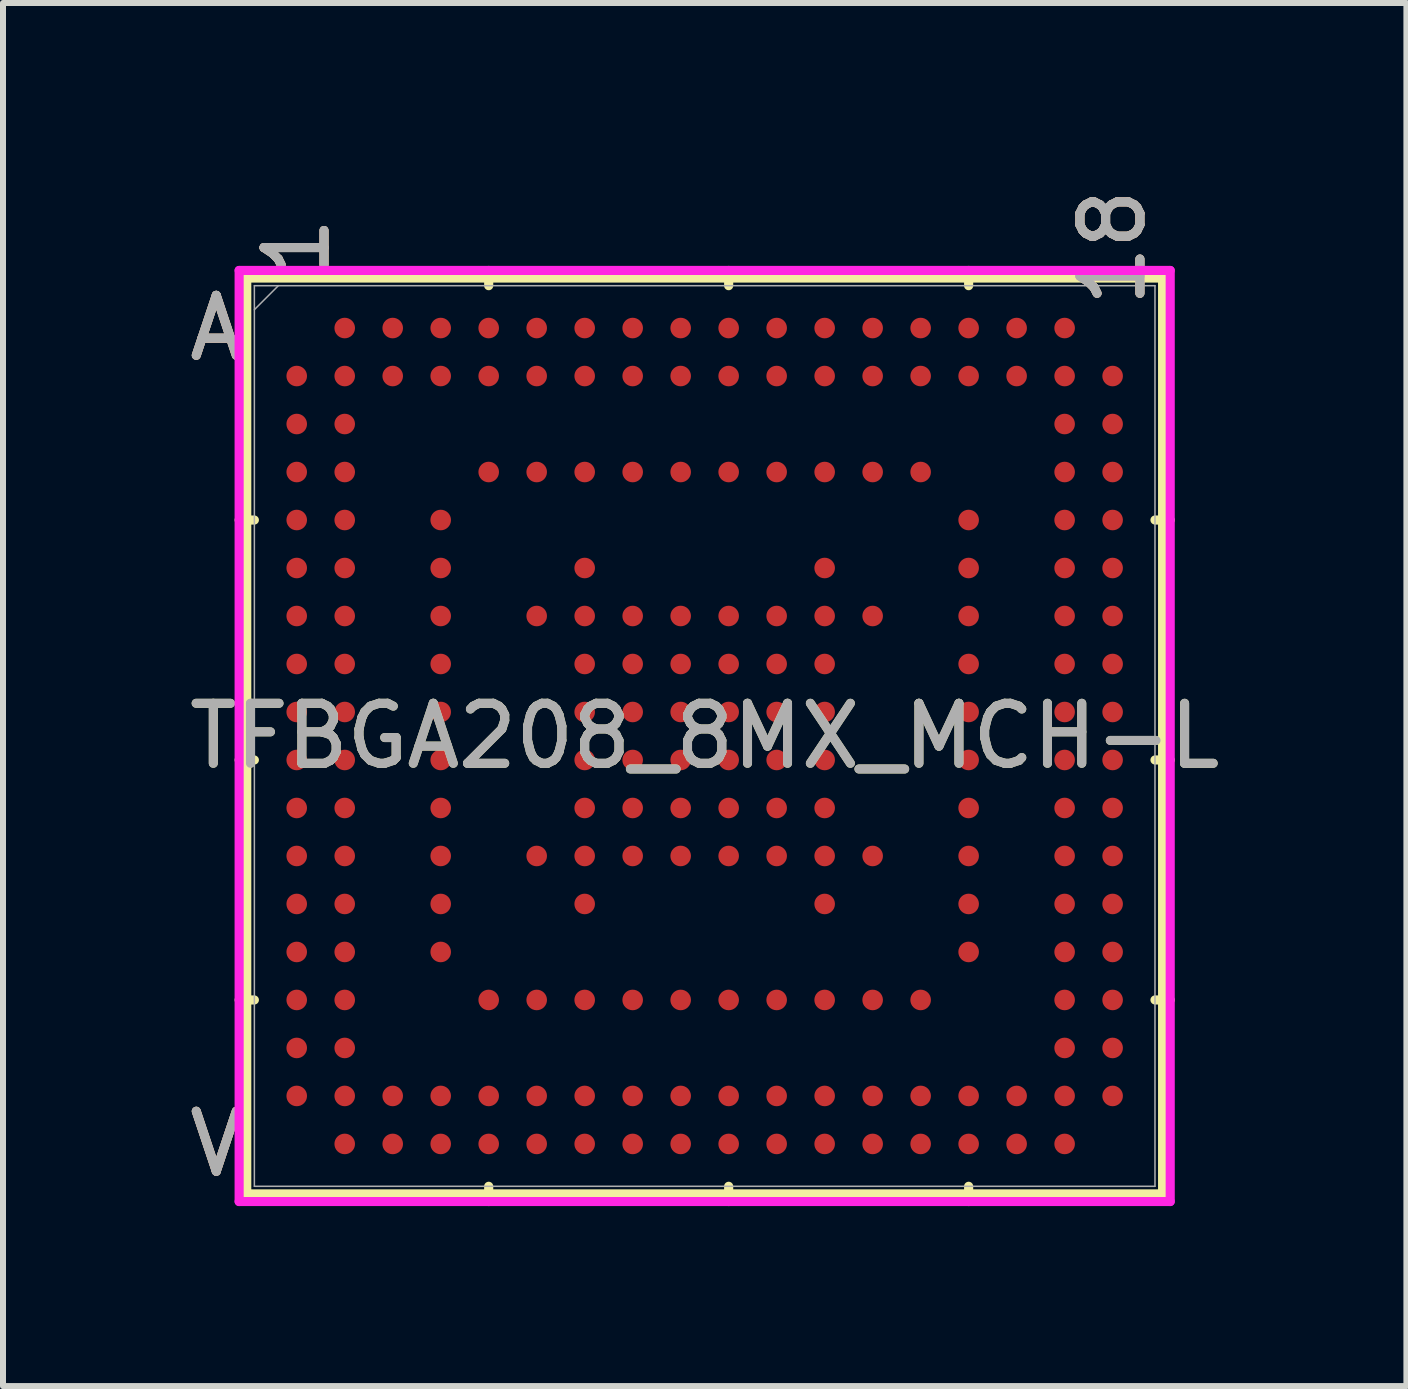
<source format=kicad_pcb>
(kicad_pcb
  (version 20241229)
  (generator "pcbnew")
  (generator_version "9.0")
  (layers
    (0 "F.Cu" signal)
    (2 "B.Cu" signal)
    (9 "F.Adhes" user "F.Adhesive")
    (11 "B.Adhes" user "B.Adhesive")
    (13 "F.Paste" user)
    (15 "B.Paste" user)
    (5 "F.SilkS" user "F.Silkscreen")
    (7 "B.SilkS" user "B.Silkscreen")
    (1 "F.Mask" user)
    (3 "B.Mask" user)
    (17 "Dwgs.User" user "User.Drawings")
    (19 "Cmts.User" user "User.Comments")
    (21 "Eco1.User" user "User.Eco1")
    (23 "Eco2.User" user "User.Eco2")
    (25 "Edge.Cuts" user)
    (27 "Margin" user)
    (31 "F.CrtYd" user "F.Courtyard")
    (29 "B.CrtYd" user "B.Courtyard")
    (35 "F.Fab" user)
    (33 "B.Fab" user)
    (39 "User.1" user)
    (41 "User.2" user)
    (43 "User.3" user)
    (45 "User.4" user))
  (footprint "TFBGA208_8MX_MCH-L"
    (layer "F.Cu")
    (at 8.696 9.218)
    (property "Reference" "TFBGA208_8MX_MCH-L" (at 0 0 0) (unlocked yes) (layer "F.SilkS") (effects (font (size 1 1) (thickness 0.15))))
    (attr smd)
    (fp_line (start -7.633 -7.633) (end -7.633 7.633) (stroke (width 0.152) (type solid)) (layer "F.SilkS"))
    (fp_line (start -7.633 7.633) (end 7.633 7.633) (stroke (width 0.152) (type solid)) (layer "F.SilkS"))
    (fp_line (start -7.506 -3.6) (end -7.76 -3.6) (stroke (width 0.152) (type solid)) (layer "F.SilkS"))
    (fp_line (start -7.506 0.4) (end -7.76 0.4) (stroke (width 0.152) (type solid)) (layer "F.SilkS"))
    (fp_line (start -7.506 4.4) (end -7.76 4.4) (stroke (width 0.152) (type solid)) (layer "F.SilkS"))
    (fp_line (start -3.6 -7.506) (end -3.6 -7.76) (stroke (width 0.152) (type solid)) (layer "F.SilkS"))
    (fp_line (start -3.6 7.506) (end -3.6 7.76) (stroke (width 0.152) (type solid)) (layer "F.SilkS"))
    (fp_line (start 0.4 -7.506) (end 0.4 -7.76) (stroke (width 0.152) (type solid)) (layer "F.SilkS"))
    (fp_line (start 0.4 7.506) (end 0.4 7.76) (stroke (width 0.152) (type solid)) (layer "F.SilkS"))
    (fp_line (start 4.4 -7.506) (end 4.4 -7.76) (stroke (width 0.152) (type solid)) (layer "F.SilkS"))
    (fp_line (start 4.4 7.506) (end 4.4 7.76) (stroke (width 0.152) (type solid)) (layer "F.SilkS"))
    (fp_line (start 7.506 -3.6) (end 7.76 -3.6) (stroke (width 0.152) (type solid)) (layer "F.SilkS"))
    (fp_line (start 7.506 0.4) (end 7.76 0.4) (stroke (width 0.152) (type solid)) (layer "F.SilkS"))
    (fp_line (start 7.506 4.4) (end 7.76 4.4) (stroke (width 0.152) (type solid)) (layer "F.SilkS"))
    (fp_line (start 7.633 -7.633) (end -7.633 -7.633) (stroke (width 0.152) (type solid)) (layer "F.SilkS"))
    (fp_line (start 7.633 7.633) (end 7.633 -7.633) (stroke (width 0.152) (type solid)) (layer "F.SilkS"))
    (fp_poly (pts (xy -7.644 -7.644) (xy 7.644 -7.644) (xy 7.644 7.644) (xy -7.644 7.644)) (stroke (width 0.1) (type solid)) (fill no) (layer "Eco2.User"))
    (fp_line (start -7.76 -7.76) (end 7.76 -7.76) (stroke (width 0.152) (type solid)) (layer "F.CrtYd"))
    (fp_line (start -7.76 7.76) (end -7.76 -7.76) (stroke (width 0.152) (type solid)) (layer "F.CrtYd"))
    (fp_line (start 7.76 -7.76) (end 7.76 7.76) (stroke (width 0.152) (type solid)) (layer "F.CrtYd"))
    (fp_line (start 7.76 7.76) (end -7.76 7.76) (stroke (width 0.152) (type solid)) (layer "F.CrtYd"))
    (fp_line (start -7.506 -7.506) (end -7.506 7.506) (stroke (width 0.025) (type solid)) (layer "F.Fab"))
    (fp_line (start -7.506 7.506) (end 7.506 7.506) (stroke (width 0.025) (type solid)) (layer "F.Fab"))
    (fp_line (start -7.106 -7.506) (end -7.506 -7.106) (stroke (width 0.025) (type solid)) (layer "F.Fab"))
    (fp_line (start 7.506 -7.506) (end -7.506 -7.506) (stroke (width 0.025) (type solid)) (layer "F.Fab"))
    (fp_line (start 7.506 7.506) (end 7.506 -7.506) (stroke (width 0.025) (type solid)) (layer "F.Fab"))
    (fp_text user "18" (at 6.8 -8.141 90) (unlocked yes) (layer "F.SilkS") (effects (font (size 1 1) (thickness 0.15))))
    (fp_text user "V" (at -8.141 6.8 0) (unlocked yes) (layer "F.SilkS") (effects (font (size 1 1) (thickness 0.15))))
    (fp_text user "1" (at -6.8 -8.141 90) (unlocked yes) (layer "F.SilkS") (effects (font (size 1 1) (thickness 0.15))))
    (fp_text user "A" (at -8.141 -6.8 0) (unlocked yes) (layer "F.SilkS") (effects (font (size 1 1) (thickness 0.15))))
    (fp_text user "1" (at -6.8 -8.141 90) (unlocked yes) (layer "B.SilkS") (effects (font (size 1 1) (thickness 0.15))))
    (fp_text user "18" (at 6.8 -8.141 90) (unlocked yes) (layer "B.SilkS") (effects (font (size 1 1) (thickness 0.15))))
    (fp_text user "A" (at -8.141 -6.8 0) (unlocked yes) (layer "B.SilkS") (effects (font (size 1 1) (thickness 0.15))))
    (fp_text user "V" (at -8.141 6.8 0) (unlocked yes) (layer "B.SilkS") (effects (font (size 1 1) (thickness 0.15))))
    (fp_text user "1" (at -6.8 -8.141 90) (unlocked yes) (layer "F.Fab") (effects (font (size 1 1) (thickness 0.15))))
    (fp_text user "18" (at 6.8 -8.141 90) (unlocked yes) (layer "F.Fab") (effects (font (size 1 1) (thickness 0.15))))
    (fp_text user "A" (at -8.141 -6.8 0) (unlocked yes) (layer "F.Fab") (effects (font (size 1 1) (thickness 0.15))))
    (fp_text user "V" (at -8.141 6.8 0) (unlocked yes) (layer "F.Fab") (effects (font (size 1 1) (thickness 0.15))))
    (fp_text user "${REFERENCE}" (at 0 0 0) (unlocked yes) (layer "F.Fab") (effects (font (size 1 1) (thickness 0.15))))
    (pad "A2" smd circle (at -6 -6.8) (size 0.343 0.343) (layers "F.Cu" "F.Mask" "F.Paste"))
    (pad "A3" smd circle (at -5.2 -6.8) (size 0.343 0.343) (layers "F.Cu" "F.Mask" "F.Paste"))
    (pad "A4" smd circle (at -4.4 -6.8) (size 0.343 0.343) (layers "F.Cu" "F.Mask" "F.Paste"))
    (pad "A5" smd circle (at -3.6 -6.8) (size 0.343 0.343) (layers "F.Cu" "F.Mask" "F.Paste"))
    (pad "A6" smd circle (at -2.8 -6.8) (size 0.343 0.343) (layers "F.Cu" "F.Mask" "F.Paste"))
    (pad "A7" smd circle (at -2 -6.8) (size 0.343 0.343) (layers "F.Cu" "F.Mask" "F.Paste"))
    (pad "A8" smd circle (at -1.2 -6.8) (size 0.343 0.343) (layers "F.Cu" "F.Mask" "F.Paste"))
    (pad "A9" smd circle (at -0.4 -6.8) (size 0.343 0.343) (layers "F.Cu" "F.Mask" "F.Paste"))
    (pad "A10" smd circle (at 0.4 -6.8) (size 0.343 0.343) (layers "F.Cu" "F.Mask" "F.Paste"))
    (pad "A11" smd circle (at 1.2 -6.8) (size 0.343 0.343) (layers "F.Cu" "F.Mask" "F.Paste"))
    (pad "A12" smd circle (at 2 -6.8) (size 0.343 0.343) (layers "F.Cu" "F.Mask" "F.Paste"))
    (pad "A13" smd circle (at 2.8 -6.8) (size 0.343 0.343) (layers "F.Cu" "F.Mask" "F.Paste"))
    (pad "A14" smd circle (at 3.6 -6.8) (size 0.343 0.343) (layers "F.Cu" "F.Mask" "F.Paste"))
    (pad "A15" smd circle (at 4.4 -6.8) (size 0.343 0.343) (layers "F.Cu" "F.Mask" "F.Paste"))
    (pad "A16" smd circle (at 5.2 -6.8) (size 0.343 0.343) (layers "F.Cu" "F.Mask" "F.Paste"))
    (pad "A17" smd circle (at 6 -6.8) (size 0.343 0.343) (layers "F.Cu" "F.Mask" "F.Paste"))
    (pad "B1" smd circle (at -6.8 -6) (size 0.343 0.343) (layers "F.Cu" "F.Mask" "F.Paste"))
    (pad "B2" smd circle (at -6 -6) (size 0.343 0.343) (layers "F.Cu" "F.Mask" "F.Paste"))
    (pad "B3" smd circle (at -5.2 -6) (size 0.343 0.343) (layers "F.Cu" "F.Mask" "F.Paste"))
    (pad "B4" smd circle (at -4.4 -6) (size 0.343 0.343) (layers "F.Cu" "F.Mask" "F.Paste"))
    (pad "B5" smd circle (at -3.6 -6) (size 0.343 0.343) (layers "F.Cu" "F.Mask" "F.Paste"))
    (pad "B6" smd circle (at -2.8 -6) (size 0.343 0.343) (layers "F.Cu" "F.Mask" "F.Paste"))
    (pad "B7" smd circle (at -2 -6) (size 0.343 0.343) (layers "F.Cu" "F.Mask" "F.Paste"))
    (pad "B8" smd circle (at -1.2 -6) (size 0.343 0.343) (layers "F.Cu" "F.Mask" "F.Paste"))
    (pad "B9" smd circle (at -0.4 -6) (size 0.343 0.343) (layers "F.Cu" "F.Mask" "F.Paste"))
    (pad "B10" smd circle (at 0.4 -6) (size 0.343 0.343) (layers "F.Cu" "F.Mask" "F.Paste"))
    (pad "B11" smd circle (at 1.2 -6) (size 0.343 0.343) (layers "F.Cu" "F.Mask" "F.Paste"))
    (pad "B12" smd circle (at 2 -6) (size 0.343 0.343) (layers "F.Cu" "F.Mask" "F.Paste"))
    (pad "B13" smd circle (at 2.8 -6) (size 0.343 0.343) (layers "F.Cu" "F.Mask" "F.Paste"))
    (pad "B14" smd circle (at 3.6 -6) (size 0.343 0.343) (layers "F.Cu" "F.Mask" "F.Paste"))
    (pad "B15" smd circle (at 4.4 -6) (size 0.343 0.343) (layers "F.Cu" "F.Mask" "F.Paste"))
    (pad "B16" smd circle (at 5.2 -6) (size 0.343 0.343) (layers "F.Cu" "F.Mask" "F.Paste"))
    (pad "B17" smd circle (at 6 -6) (size 0.343 0.343) (layers "F.Cu" "F.Mask" "F.Paste"))
    (pad "B18" smd circle (at 6.8 -6) (size 0.343 0.343) (layers "F.Cu" "F.Mask" "F.Paste"))
    (pad "C1" smd circle (at -6.8 -5.2) (size 0.343 0.343) (layers "F.Cu" "F.Mask" "F.Paste"))
    (pad "C2" smd circle (at -6 -5.2) (size 0.343 0.343) (layers "F.Cu" "F.Mask" "F.Paste"))
    (pad "C17" smd circle (at 6 -5.2) (size 0.343 0.343) (layers "F.Cu" "F.Mask" "F.Paste"))
    (pad "C18" smd circle (at 6.8 -5.2) (size 0.343 0.343) (layers "F.Cu" "F.Mask" "F.Paste"))
    (pad "D1" smd circle (at -6.8 -4.4) (size 0.343 0.343) (layers "F.Cu" "F.Mask" "F.Paste"))
    (pad "D2" smd circle (at -6 -4.4) (size 0.343 0.343) (layers "F.Cu" "F.Mask" "F.Paste"))
    (pad "D5" smd circle (at -3.6 -4.4) (size 0.343 0.343) (layers "F.Cu" "F.Mask" "F.Paste"))
    (pad "D6" smd circle (at -2.8 -4.4) (size 0.343 0.343) (layers "F.Cu" "F.Mask" "F.Paste"))
    (pad "D7" smd circle (at -2 -4.4) (size 0.343 0.343) (layers "F.Cu" "F.Mask" "F.Paste"))
    (pad "D8" smd circle (at -1.2 -4.4) (size 0.343 0.343) (layers "F.Cu" "F.Mask" "F.Paste"))
    (pad "D9" smd circle (at -0.4 -4.4) (size 0.343 0.343) (layers "F.Cu" "F.Mask" "F.Paste"))
    (pad "D10" smd circle (at 0.4 -4.4) (size 0.343 0.343) (layers "F.Cu" "F.Mask" "F.Paste"))
    (pad "D11" smd circle (at 1.2 -4.4) (size 0.343 0.343) (layers "F.Cu" "F.Mask" "F.Paste"))
    (pad "D12" smd circle (at 2 -4.4) (size 0.343 0.343) (layers "F.Cu" "F.Mask" "F.Paste"))
    (pad "D13" smd circle (at 2.8 -4.4) (size 0.343 0.343) (layers "F.Cu" "F.Mask" "F.Paste"))
    (pad "D14" smd circle (at 3.6 -4.4) (size 0.343 0.343) (layers "F.Cu" "F.Mask" "F.Paste"))
    (pad "D17" smd circle (at 6 -4.4) (size 0.343 0.343) (layers "F.Cu" "F.Mask" "F.Paste"))
    (pad "D18" smd circle (at 6.8 -4.4) (size 0.343 0.343) (layers "F.Cu" "F.Mask" "F.Paste"))
    (pad "E1" smd circle (at -6.8 -3.6) (size 0.343 0.343) (layers "F.Cu" "F.Mask" "F.Paste"))
    (pad "E2" smd circle (at -6 -3.6) (size 0.343 0.343) (layers "F.Cu" "F.Mask" "F.Paste"))
    (pad "E4" smd circle (at -4.4 -3.6) (size 0.343 0.343) (layers "F.Cu" "F.Mask" "F.Paste"))
    (pad "E15" smd circle (at 4.4 -3.6) (size 0.343 0.343) (layers "F.Cu" "F.Mask" "F.Paste"))
    (pad "E17" smd circle (at 6 -3.6) (size 0.343 0.343) (layers "F.Cu" "F.Mask" "F.Paste"))
    (pad "E18" smd circle (at 6.8 -3.6) (size 0.343 0.343) (layers "F.Cu" "F.Mask" "F.Paste"))
    (pad "F1" smd circle (at -6.8 -2.8) (size 0.343 0.343) (layers "F.Cu" "F.Mask" "F.Paste"))
    (pad "F2" smd circle (at -6 -2.8) (size 0.343 0.343) (layers "F.Cu" "F.Mask" "F.Paste"))
    (pad "F4" smd circle (at -4.4 -2.8) (size 0.343 0.343) (layers "F.Cu" "F.Mask" "F.Paste"))
    (pad "F7" smd circle (at -2 -2.8) (size 0.343 0.343) (layers "F.Cu" "F.Mask" "F.Paste"))
    (pad "F12" smd circle (at 2 -2.8) (size 0.343 0.343) (layers "F.Cu" "F.Mask" "F.Paste"))
    (pad "F15" smd circle (at 4.4 -2.8) (size 0.343 0.343) (layers "F.Cu" "F.Mask" "F.Paste"))
    (pad "F17" smd circle (at 6 -2.8) (size 0.343 0.343) (layers "F.Cu" "F.Mask" "F.Paste"))
    (pad "F18" smd circle (at 6.8 -2.8) (size 0.343 0.343) (layers "F.Cu" "F.Mask" "F.Paste"))
    (pad "G1" smd circle (at -6.8 -2) (size 0.343 0.343) (layers "F.Cu" "F.Mask" "F.Paste"))
    (pad "G2" smd circle (at -6 -2) (size 0.343 0.343) (layers "F.Cu" "F.Mask" "F.Paste"))
    (pad "G4" smd circle (at -4.4 -2) (size 0.343 0.343) (layers "F.Cu" "F.Mask" "F.Paste"))
    (pad "G6" smd circle (at -2.8 -2) (size 0.343 0.343) (layers "F.Cu" "F.Mask" "F.Paste"))
    (pad "G7" smd circle (at -2 -2) (size 0.343 0.343) (layers "F.Cu" "F.Mask" "F.Paste"))
    (pad "G8" smd circle (at -1.2 -2) (size 0.343 0.343) (layers "F.Cu" "F.Mask" "F.Paste"))
    (pad "G9" smd circle (at -0.4 -2) (size 0.343 0.343) (layers "F.Cu" "F.Mask" "F.Paste"))
    (pad "G10" smd circle (at 0.4 -2) (size 0.343 0.343) (layers "F.Cu" "F.Mask" "F.Paste"))
    (pad "G11" smd circle (at 1.2 -2) (size 0.343 0.343) (layers "F.Cu" "F.Mask" "F.Paste"))
    (pad "G12" smd circle (at 2 -2) (size 0.343 0.343) (layers "F.Cu" "F.Mask" "F.Paste"))
    (pad "G13" smd circle (at 2.8 -2) (size 0.343 0.343) (layers "F.Cu" "F.Mask" "F.Paste"))
    (pad "G15" smd circle (at 4.4 -2) (size 0.343 0.343) (layers "F.Cu" "F.Mask" "F.Paste"))
    (pad "G17" smd circle (at 6 -2) (size 0.343 0.343) (layers "F.Cu" "F.Mask" "F.Paste"))
    (pad "G18" smd circle (at 6.8 -2) (size 0.343 0.343) (layers "F.Cu" "F.Mask" "F.Paste"))
    (pad "H1" smd circle (at -6.8 -1.2) (size 0.343 0.343) (layers "F.Cu" "F.Mask" "F.Paste"))
    (pad "H2" smd circle (at -6 -1.2) (size 0.343 0.343) (layers "F.Cu" "F.Mask" "F.Paste"))
    (pad "H4" smd circle (at -4.4 -1.2) (size 0.343 0.343) (layers "F.Cu" "F.Mask" "F.Paste"))
    (pad "H7" smd circle (at -2 -1.2) (size 0.343 0.343) (layers "F.Cu" "F.Mask" "F.Paste"))
    (pad "H8" smd circle (at -1.2 -1.2) (size 0.343 0.343) (layers "F.Cu" "F.Mask" "F.Paste"))
    (pad "H9" smd circle (at -0.4 -1.2) (size 0.343 0.343) (layers "F.Cu" "F.Mask" "F.Paste"))
    (pad "H10" smd circle (at 0.4 -1.2) (size 0.343 0.343) (layers "F.Cu" "F.Mask" "F.Paste"))
    (pad "H11" smd circle (at 1.2 -1.2) (size 0.343 0.343) (layers "F.Cu" "F.Mask" "F.Paste"))
    (pad "H12" smd circle (at 2 -1.2) (size 0.343 0.343) (layers "F.Cu" "F.Mask" "F.Paste"))
    (pad "H15" smd circle (at 4.4 -1.2) (size 0.343 0.343) (layers "F.Cu" "F.Mask" "F.Paste"))
    (pad "H17" smd circle (at 6 -1.2) (size 0.343 0.343) (layers "F.Cu" "F.Mask" "F.Paste"))
    (pad "H18" smd circle (at 6.8 -1.2) (size 0.343 0.343) (layers "F.Cu" "F.Mask" "F.Paste"))
    (pad "J1" smd circle (at -6.8 -0.4) (size 0.343 0.343) (layers "F.Cu" "F.Mask" "F.Paste"))
    (pad "J2" smd circle (at -6 -0.4) (size 0.343 0.343) (layers "F.Cu" "F.Mask" "F.Paste"))
    (pad "J4" smd circle (at -4.4 -0.4) (size 0.343 0.343) (layers "F.Cu" "F.Mask" "F.Paste"))
    (pad "J7" smd circle (at -2 -0.4) (size 0.343 0.343) (layers "F.Cu" "F.Mask" "F.Paste"))
    (pad "J8" smd circle (at -1.2 -0.4) (size 0.343 0.343) (layers "F.Cu" "F.Mask" "F.Paste"))
    (pad "J9" smd circle (at -0.4 -0.4) (size 0.343 0.343) (layers "F.Cu" "F.Mask" "F.Paste"))
    (pad "J10" smd circle (at 0.4 -0.4) (size 0.343 0.343) (layers "F.Cu" "F.Mask" "F.Paste"))
    (pad "J11" smd circle (at 1.2 -0.4) (size 0.343 0.343) (layers "F.Cu" "F.Mask" "F.Paste"))
    (pad "J12" smd circle (at 2 -0.4) (size 0.343 0.343) (layers "F.Cu" "F.Mask" "F.Paste"))
    (pad "J15" smd circle (at 4.4 -0.4) (size 0.343 0.343) (layers "F.Cu" "F.Mask" "F.Paste"))
    (pad "J17" smd circle (at 6 -0.4) (size 0.343 0.343) (layers "F.Cu" "F.Mask" "F.Paste"))
    (pad "J18" smd circle (at 6.8 -0.4) (size 0.343 0.343) (layers "F.Cu" "F.Mask" "F.Paste"))
    (pad "K1" smd circle (at -6.8 0.4) (size 0.343 0.343) (layers "F.Cu" "F.Mask" "F.Paste"))
    (pad "K2" smd circle (at -6 0.4) (size 0.343 0.343) (layers "F.Cu" "F.Mask" "F.Paste"))
    (pad "K4" smd circle (at -4.4 0.4) (size 0.343 0.343) (layers "F.Cu" "F.Mask" "F.Paste"))
    (pad "K7" smd circle (at -2 0.4) (size 0.343 0.343) (layers "F.Cu" "F.Mask" "F.Paste"))
    (pad "K8" smd circle (at -1.2 0.4) (size 0.343 0.343) (layers "F.Cu" "F.Mask" "F.Paste"))
    (pad "K9" smd circle (at -0.4 0.4) (size 0.343 0.343) (layers "F.Cu" "F.Mask" "F.Paste"))
    (pad "K10" smd circle (at 0.4 0.4) (size 0.343 0.343) (layers "F.Cu" "F.Mask" "F.Paste"))
    (pad "K11" smd circle (at 1.2 0.4) (size 0.343 0.343) (layers "F.Cu" "F.Mask" "F.Paste"))
    (pad "K12" smd circle (at 2 0.4) (size 0.343 0.343) (layers "F.Cu" "F.Mask" "F.Paste"))
    (pad "K15" smd circle (at 4.4 0.4) (size 0.343 0.343) (layers "F.Cu" "F.Mask" "F.Paste"))
    (pad "K17" smd circle (at 6 0.4) (size 0.343 0.343) (layers "F.Cu" "F.Mask" "F.Paste"))
    (pad "K18" smd circle (at 6.8 0.4) (size 0.343 0.343) (layers "F.Cu" "F.Mask" "F.Paste"))
    (pad "L1" smd circle (at -6.8 1.2) (size 0.343 0.343) (layers "F.Cu" "F.Mask" "F.Paste"))
    (pad "L2" smd circle (at -6 1.2) (size 0.343 0.343) (layers "F.Cu" "F.Mask" "F.Paste"))
    (pad "L4" smd circle (at -4.4 1.2) (size 0.343 0.343) (layers "F.Cu" "F.Mask" "F.Paste"))
    (pad "L7" smd circle (at -2 1.2) (size 0.343 0.343) (layers "F.Cu" "F.Mask" "F.Paste"))
    (pad "L8" smd circle (at -1.2 1.2) (size 0.343 0.343) (layers "F.Cu" "F.Mask" "F.Paste"))
    (pad "L9" smd circle (at -0.4 1.2) (size 0.343 0.343) (layers "F.Cu" "F.Mask" "F.Paste"))
    (pad "L10" smd circle (at 0.4 1.2) (size 0.343 0.343) (layers "F.Cu" "F.Mask" "F.Paste"))
    (pad "L11" smd circle (at 1.2 1.2) (size 0.343 0.343) (layers "F.Cu" "F.Mask" "F.Paste"))
    (pad "L12" smd circle (at 2 1.2) (size 0.343 0.343) (layers "F.Cu" "F.Mask" "F.Paste"))
    (pad "L15" smd circle (at 4.4 1.2) (size 0.343 0.343) (layers "F.Cu" "F.Mask" "F.Paste"))
    (pad "L17" smd circle (at 6 1.2) (size 0.343 0.343) (layers "F.Cu" "F.Mask" "F.Paste"))
    (pad "L18" smd circle (at 6.8 1.2) (size 0.343 0.343) (layers "F.Cu" "F.Mask" "F.Paste"))
    (pad "M1" smd circle (at -6.8 2) (size 0.343 0.343) (layers "F.Cu" "F.Mask" "F.Paste"))
    (pad "M2" smd circle (at -6 2) (size 0.343 0.343) (layers "F.Cu" "F.Mask" "F.Paste"))
    (pad "M4" smd circle (at -4.4 2) (size 0.343 0.343) (layers "F.Cu" "F.Mask" "F.Paste"))
    (pad "M6" smd circle (at -2.8 2) (size 0.343 0.343) (layers "F.Cu" "F.Mask" "F.Paste"))
    (pad "M7" smd circle (at -2 2) (size 0.343 0.343) (layers "F.Cu" "F.Mask" "F.Paste"))
    (pad "M8" smd circle (at -1.2 2) (size 0.343 0.343) (layers "F.Cu" "F.Mask" "F.Paste"))
    (pad "M9" smd circle (at -0.4 2) (size 0.343 0.343) (layers "F.Cu" "F.Mask" "F.Paste"))
    (pad "M10" smd circle (at 0.4 2) (size 0.343 0.343) (layers "F.Cu" "F.Mask" "F.Paste"))
    (pad "M11" smd circle (at 1.2 2) (size 0.343 0.343) (layers "F.Cu" "F.Mask" "F.Paste"))
    (pad "M12" smd circle (at 2 2) (size 0.343 0.343) (layers "F.Cu" "F.Mask" "F.Paste"))
    (pad "M13" smd circle (at 2.8 2) (size 0.343 0.343) (layers "F.Cu" "F.Mask" "F.Paste"))
    (pad "M15" smd circle (at 4.4 2) (size 0.343 0.343) (layers "F.Cu" "F.Mask" "F.Paste"))
    (pad "M17" smd circle (at 6 2) (size 0.343 0.343) (layers "F.Cu" "F.Mask" "F.Paste"))
    (pad "M18" smd circle (at 6.8 2) (size 0.343 0.343) (layers "F.Cu" "F.Mask" "F.Paste"))
    (pad "N1" smd circle (at -6.8 2.8) (size 0.343 0.343) (layers "F.Cu" "F.Mask" "F.Paste"))
    (pad "N2" smd circle (at -6 2.8) (size 0.343 0.343) (layers "F.Cu" "F.Mask" "F.Paste"))
    (pad "N4" smd circle (at -4.4 2.8) (size 0.343 0.343) (layers "F.Cu" "F.Mask" "F.Paste"))
    (pad "N7" smd circle (at -2 2.8) (size 0.343 0.343) (layers "F.Cu" "F.Mask" "F.Paste"))
    (pad "N12" smd circle (at 2 2.8) (size 0.343 0.343) (layers "F.Cu" "F.Mask" "F.Paste"))
    (pad "N15" smd circle (at 4.4 2.8) (size 0.343 0.343) (layers "F.Cu" "F.Mask" "F.Paste"))
    (pad "N17" smd circle (at 6 2.8) (size 0.343 0.343) (layers "F.Cu" "F.Mask" "F.Paste"))
    (pad "N18" smd circle (at 6.8 2.8) (size 0.343 0.343) (layers "F.Cu" "F.Mask" "F.Paste"))
    (pad "P1" smd circle (at -6.8 3.6) (size 0.343 0.343) (layers "F.Cu" "F.Mask" "F.Paste"))
    (pad "P2" smd circle (at -6 3.6) (size 0.343 0.343) (layers "F.Cu" "F.Mask" "F.Paste"))
    (pad "P4" smd circle (at -4.4 3.6) (size 0.343 0.343) (layers "F.Cu" "F.Mask" "F.Paste"))
    (pad "P15" smd circle (at 4.4 3.6) (size 0.343 0.343) (layers "F.Cu" "F.Mask" "F.Paste"))
    (pad "P17" smd circle (at 6 3.6) (size 0.343 0.343) (layers "F.Cu" "F.Mask" "F.Paste"))
    (pad "P18" smd circle (at 6.8 3.6) (size 0.343 0.343) (layers "F.Cu" "F.Mask" "F.Paste"))
    (pad "R1" smd circle (at -6.8 4.4) (size 0.343 0.343) (layers "F.Cu" "F.Mask" "F.Paste"))
    (pad "R2" smd circle (at -6 4.4) (size 0.343 0.343) (layers "F.Cu" "F.Mask" "F.Paste"))
    (pad "R5" smd circle (at -3.6 4.4) (size 0.343 0.343) (layers "F.Cu" "F.Mask" "F.Paste"))
    (pad "R6" smd circle (at -2.8 4.4) (size 0.343 0.343) (layers "F.Cu" "F.Mask" "F.Paste"))
    (pad "R7" smd circle (at -2 4.4) (size 0.343 0.343) (layers "F.Cu" "F.Mask" "F.Paste"))
    (pad "R8" smd circle (at -1.2 4.4) (size 0.343 0.343) (layers "F.Cu" "F.Mask" "F.Paste"))
    (pad "R9" smd circle (at -0.4 4.4) (size 0.343 0.343) (layers "F.Cu" "F.Mask" "F.Paste"))
    (pad "R10" smd circle (at 0.4 4.4) (size 0.343 0.343) (layers "F.Cu" "F.Mask" "F.Paste"))
    (pad "R11" smd circle (at 1.2 4.4) (size 0.343 0.343) (layers "F.Cu" "F.Mask" "F.Paste"))
    (pad "R12" smd circle (at 2 4.4) (size 0.343 0.343) (layers "F.Cu" "F.Mask" "F.Paste"))
    (pad "R13" smd circle (at 2.8 4.4) (size 0.343 0.343) (layers "F.Cu" "F.Mask" "F.Paste"))
    (pad "R14" smd circle (at 3.6 4.4) (size 0.343 0.343) (layers "F.Cu" "F.Mask" "F.Paste"))
    (pad "R17" smd circle (at 6 4.4) (size 0.343 0.343) (layers "F.Cu" "F.Mask" "F.Paste"))
    (pad "R18" smd circle (at 6.8 4.4) (size 0.343 0.343) (layers "F.Cu" "F.Mask" "F.Paste"))
    (pad "T1" smd circle (at -6.8 5.2) (size 0.343 0.343) (layers "F.Cu" "F.Mask" "F.Paste"))
    (pad "T2" smd circle (at -6 5.2) (size 0.343 0.343) (layers "F.Cu" "F.Mask" "F.Paste"))
    (pad "T17" smd circle (at 6 5.2) (size 0.343 0.343) (layers "F.Cu" "F.Mask" "F.Paste"))
    (pad "T18" smd circle (at 6.8 5.2) (size 0.343 0.343) (layers "F.Cu" "F.Mask" "F.Paste"))
    (pad "U1" smd circle (at -6.8 6) (size 0.343 0.343) (layers "F.Cu" "F.Mask" "F.Paste"))
    (pad "U2" smd circle (at -6 6) (size 0.343 0.343) (layers "F.Cu" "F.Mask" "F.Paste"))
    (pad "U3" smd circle (at -5.2 6) (size 0.343 0.343) (layers "F.Cu" "F.Mask" "F.Paste"))
    (pad "U4" smd circle (at -4.4 6) (size 0.343 0.343) (layers "F.Cu" "F.Mask" "F.Paste"))
    (pad "U5" smd circle (at -3.6 6) (size 0.343 0.343) (layers "F.Cu" "F.Mask" "F.Paste"))
    (pad "U6" smd circle (at -2.8 6) (size 0.343 0.343) (layers "F.Cu" "F.Mask" "F.Paste"))
    (pad "U7" smd circle (at -2 6) (size 0.343 0.343) (layers "F.Cu" "F.Mask" "F.Paste"))
    (pad "U8" smd circle (at -1.2 6) (size 0.343 0.343) (layers "F.Cu" "F.Mask" "F.Paste"))
    (pad "U9" smd circle (at -0.4 6) (size 0.343 0.343) (layers "F.Cu" "F.Mask" "F.Paste"))
    (pad "U10" smd circle (at 0.4 6) (size 0.343 0.343) (layers "F.Cu" "F.Mask" "F.Paste"))
    (pad "U11" smd circle (at 1.2 6) (size 0.343 0.343) (layers "F.Cu" "F.Mask" "F.Paste"))
    (pad "U12" smd circle (at 2 6) (size 0.343 0.343) (layers "F.Cu" "F.Mask" "F.Paste"))
    (pad "U13" smd circle (at 2.8 6) (size 0.343 0.343) (layers "F.Cu" "F.Mask" "F.Paste"))
    (pad "U14" smd circle (at 3.6 6) (size 0.343 0.343) (layers "F.Cu" "F.Mask" "F.Paste"))
    (pad "U15" smd circle (at 4.4 6) (size 0.343 0.343) (layers "F.Cu" "F.Mask" "F.Paste"))
    (pad "U16" smd circle (at 5.2 6) (size 0.343 0.343) (layers "F.Cu" "F.Mask" "F.Paste"))
    (pad "U17" smd circle (at 6 6) (size 0.343 0.343) (layers "F.Cu" "F.Mask" "F.Paste"))
    (pad "U18" smd circle (at 6.8 6) (size 0.343 0.343) (layers "F.Cu" "F.Mask" "F.Paste"))
    (pad "V2" smd circle (at -6 6.8) (size 0.343 0.343) (layers "F.Cu" "F.Mask" "F.Paste"))
    (pad "V3" smd circle (at -5.2 6.8) (size 0.343 0.343) (layers "F.Cu" "F.Mask" "F.Paste"))
    (pad "V4" smd circle (at -4.4 6.8) (size 0.343 0.343) (layers "F.Cu" "F.Mask" "F.Paste"))
    (pad "V5" smd circle (at -3.6 6.8) (size 0.343 0.343) (layers "F.Cu" "F.Mask" "F.Paste"))
    (pad "V6" smd circle (at -2.8 6.8) (size 0.343 0.343) (layers "F.Cu" "F.Mask" "F.Paste"))
    (pad "V7" smd circle (at -2 6.8) (size 0.343 0.343) (layers "F.Cu" "F.Mask" "F.Paste"))
    (pad "V8" smd circle (at -1.2 6.8) (size 0.343 0.343) (layers "F.Cu" "F.Mask" "F.Paste"))
    (pad "V9" smd circle (at -0.4 6.8) (size 0.343 0.343) (layers "F.Cu" "F.Mask" "F.Paste"))
    (pad "V10" smd circle (at 0.4 6.8) (size 0.343 0.343) (layers "F.Cu" "F.Mask" "F.Paste"))
    (pad "V11" smd circle (at 1.2 6.8) (size 0.343 0.343) (layers "F.Cu" "F.Mask" "F.Paste"))
    (pad "V12" smd circle (at 2 6.8) (size 0.343 0.343) (layers "F.Cu" "F.Mask" "F.Paste"))
    (pad "V13" smd circle (at 2.8 6.8) (size 0.343 0.343) (layers "F.Cu" "F.Mask" "F.Paste"))
    (pad "V14" smd circle (at 3.6 6.8) (size 0.343 0.343) (layers "F.Cu" "F.Mask" "F.Paste"))
    (pad "V15" smd circle (at 4.4 6.8) (size 0.343 0.343) (layers "F.Cu" "F.Mask" "F.Paste"))
    (pad "V16" smd circle (at 5.2 6.8) (size 0.343 0.343) (layers "F.Cu" "F.Mask" "F.Paste"))
    (pad "V17" smd circle (at 6 6.8) (size 0.343 0.343) (layers "F.Cu" "F.Mask" "F.Paste")))
  (gr_rect
    (start -3 -3)
    (end 20.393 20.054)
    (stroke (width 0.1) (type default))
    (fill no)
    (layer "Edge.Cuts")))
</source>
